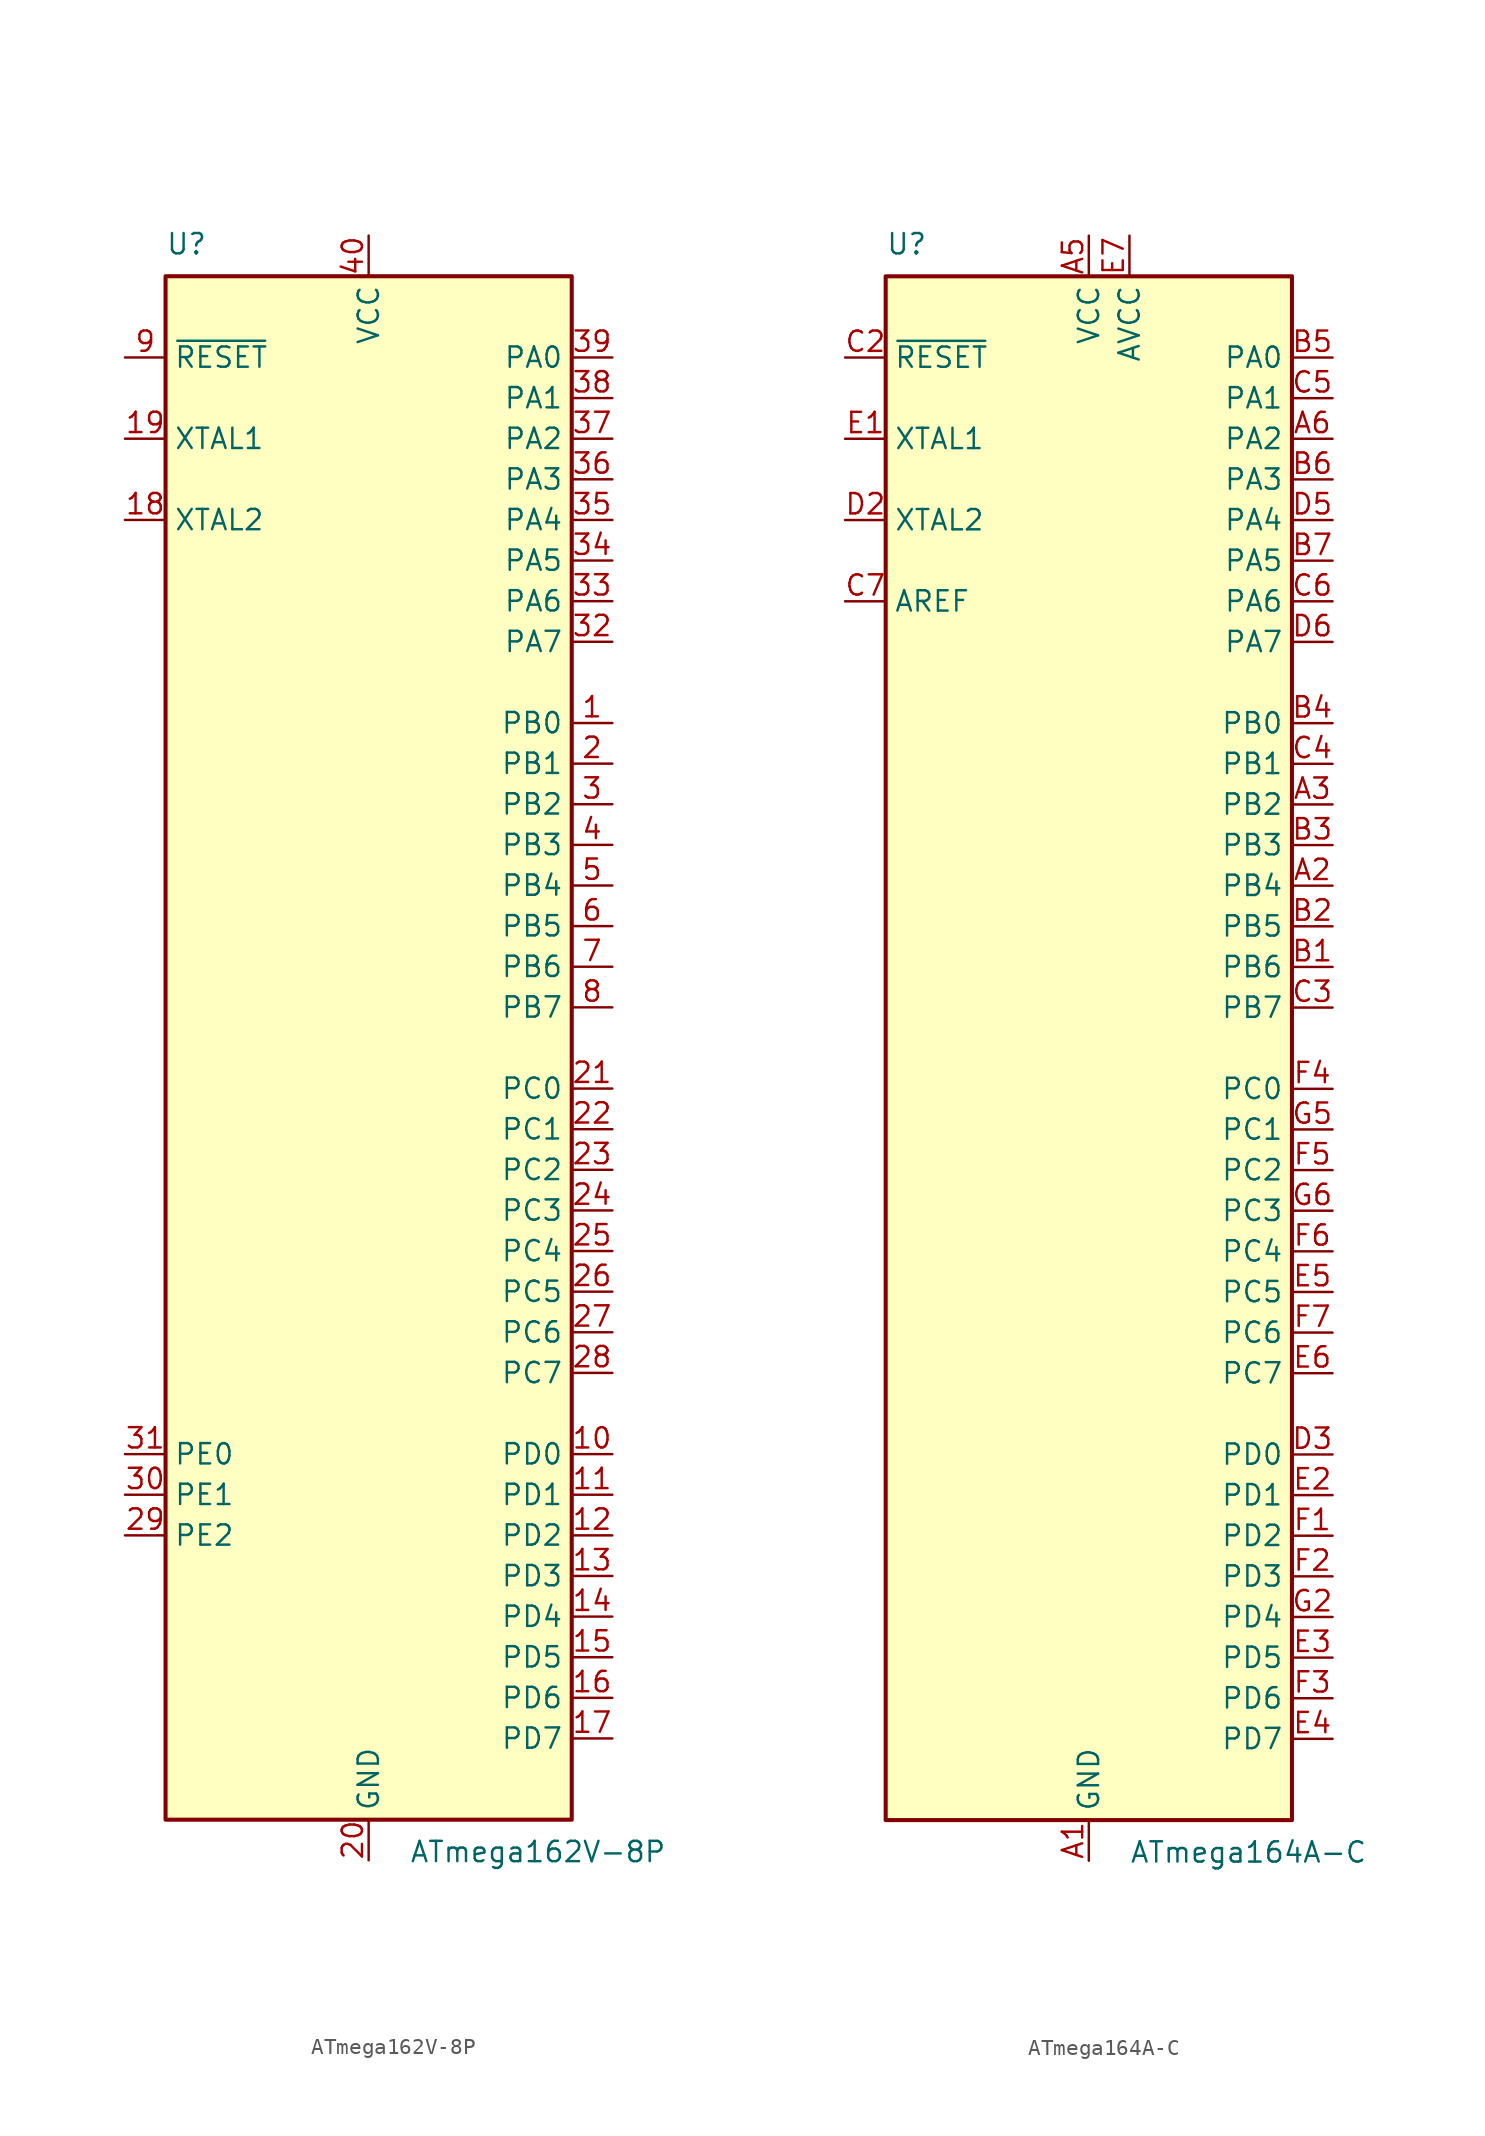
<source format=kicad_sym>
(kicad_symbol_lib
  (version 20241209)
  (generator "kicad_symbol_editor")
  (generator_version "9.0")
  (symbol "ATmega162V-8P"
    (property "Reference" "U"
      (at -12.7 49.53 0)
      (effects (font (size 1.27 1.27)) (justify left bottom)))
    (property "Value" "ATmega162V-8P"
      (at 2.54 -49.53 0)
      (effects (font (size 1.27 1.27)) (justify left top)))
    (symbol "ATmega162V-8P_0_1"
      (rectangle (start -12.7 -48.26) (end 12.7 48.26) (stroke (width 0.254) (type default)) (fill (type background))))
    (symbol "ATmega162V-8P_1_1"
      (pin input line (at -15.24 43.18 0) (length 2.54) (name "~{RESET}" (effects (font (size 1.27 1.27)))) (number "9" (effects (font (size 1.27 1.27)))))
      (pin input line (at -15.24 38.1 0) (length 2.54) (name "XTAL1" (effects (font (size 1.27 1.27)))) (number "19" (effects (font (size 1.27 1.27)))))
      (pin output line (at -15.24 33.02 0) (length 2.54) (name "XTAL2" (effects (font (size 1.27 1.27)))) (number "18" (effects (font (size 1.27 1.27)))))
      (pin bidirectional line (at -15.24 -25.4 0) (length 2.54) (name "PE0" (effects (font (size 1.27 1.27)))) (number "31" (effects (font (size 1.27 1.27)))))
      (pin bidirectional line (at -15.24 -27.94 0) (length 2.54) (name "PE1" (effects (font (size 1.27 1.27)))) (number "30" (effects (font (size 1.27 1.27)))))
      (pin bidirectional line (at -15.24 -30.48 0) (length 2.54) (name "PE2" (effects (font (size 1.27 1.27)))) (number "29" (effects (font (size 1.27 1.27)))))
      (pin power_in line (at 0 50.8 270) (length 2.54) (name "VCC" (effects (font (size 1.27 1.27)))) (number "40" (effects (font (size 1.27 1.27)))))
      (pin power_in line (at 0 -50.8 90) (length 2.54) (name "GND" (effects (font (size 1.27 1.27)))) (number "20" (effects (font (size 1.27 1.27)))))
      (pin bidirectional line (at 15.24 43.18 180) (length 2.54) (name "PA0" (effects (font (size 1.27 1.27)))) (number "39" (effects (font (size 1.27 1.27)))))
      (pin bidirectional line (at 15.24 40.64 180) (length 2.54) (name "PA1" (effects (font (size 1.27 1.27)))) (number "38" (effects (font (size 1.27 1.27)))))
      (pin bidirectional line (at 15.24 38.1 180) (length 2.54) (name "PA2" (effects (font (size 1.27 1.27)))) (number "37" (effects (font (size 1.27 1.27)))))
      (pin bidirectional line (at 15.24 35.56 180) (length 2.54) (name "PA3" (effects (font (size 1.27 1.27)))) (number "36" (effects (font (size 1.27 1.27)))))
      (pin bidirectional line (at 15.24 33.02 180) (length 2.54) (name "PA4" (effects (font (size 1.27 1.27)))) (number "35" (effects (font (size 1.27 1.27)))))
      (pin bidirectional line (at 15.24 30.48 180) (length 2.54) (name "PA5" (effects (font (size 1.27 1.27)))) (number "34" (effects (font (size 1.27 1.27)))))
      (pin bidirectional line (at 15.24 27.94 180) (length 2.54) (name "PA6" (effects (font (size 1.27 1.27)))) (number "33" (effects (font (size 1.27 1.27)))))
      (pin bidirectional line (at 15.24 25.4 180) (length 2.54) (name "PA7" (effects (font (size 1.27 1.27)))) (number "32" (effects (font (size 1.27 1.27)))))
      (pin bidirectional line (at 15.24 20.32 180) (length 2.54) (name "PB0" (effects (font (size 1.27 1.27)))) (number "1" (effects (font (size 1.27 1.27)))))
      (pin bidirectional line (at 15.24 17.78 180) (length 2.54) (name "PB1" (effects (font (size 1.27 1.27)))) (number "2" (effects (font (size 1.27 1.27)))))
      (pin bidirectional line (at 15.24 15.24 180) (length 2.54) (name "PB2" (effects (font (size 1.27 1.27)))) (number "3" (effects (font (size 1.27 1.27)))))
      (pin bidirectional line (at 15.24 12.7 180) (length 2.54) (name "PB3" (effects (font (size 1.27 1.27)))) (number "4" (effects (font (size 1.27 1.27)))))
      (pin bidirectional line (at 15.24 10.16 180) (length 2.54) (name "PB4" (effects (font (size 1.27 1.27)))) (number "5" (effects (font (size 1.27 1.27)))))
      (pin bidirectional line (at 15.24 7.62 180) (length 2.54) (name "PB5" (effects (font (size 1.27 1.27)))) (number "6" (effects (font (size 1.27 1.27)))))
      (pin bidirectional line (at 15.24 5.08 180) (length 2.54) (name "PB6" (effects (font (size 1.27 1.27)))) (number "7" (effects (font (size 1.27 1.27)))))
      (pin bidirectional line (at 15.24 2.54 180) (length 2.54) (name "PB7" (effects (font (size 1.27 1.27)))) (number "8" (effects (font (size 1.27 1.27)))))
      (pin bidirectional line (at 15.24 -2.54 180) (length 2.54) (name "PC0" (effects (font (size 1.27 1.27)))) (number "21" (effects (font (size 1.27 1.27)))))
      (pin bidirectional line (at 15.24 -5.08 180) (length 2.54) (name "PC1" (effects (font (size 1.27 1.27)))) (number "22" (effects (font (size 1.27 1.27)))))
      (pin bidirectional line (at 15.24 -7.62 180) (length 2.54) (name "PC2" (effects (font (size 1.27 1.27)))) (number "23" (effects (font (size 1.27 1.27)))))
      (pin bidirectional line (at 15.24 -10.16 180) (length 2.54) (name "PC3" (effects (font (size 1.27 1.27)))) (number "24" (effects (font (size 1.27 1.27)))))
      (pin bidirectional line (at 15.24 -12.7 180) (length 2.54) (name "PC4" (effects (font (size 1.27 1.27)))) (number "25" (effects (font (size 1.27 1.27)))))
      (pin bidirectional line (at 15.24 -15.24 180) (length 2.54) (name "PC5" (effects (font (size 1.27 1.27)))) (number "26" (effects (font (size 1.27 1.27)))))
      (pin bidirectional line (at 15.24 -17.78 180) (length 2.54) (name "PC6" (effects (font (size 1.27 1.27)))) (number "27" (effects (font (size 1.27 1.27)))))
      (pin bidirectional line (at 15.24 -20.32 180) (length 2.54) (name "PC7" (effects (font (size 1.27 1.27)))) (number "28" (effects (font (size 1.27 1.27)))))
      (pin bidirectional line (at 15.24 -25.4 180) (length 2.54) (name "PD0" (effects (font (size 1.27 1.27)))) (number "10" (effects (font (size 1.27 1.27)))))
      (pin bidirectional line (at 15.24 -27.94 180) (length 2.54) (name "PD1" (effects (font (size 1.27 1.27)))) (number "11" (effects (font (size 1.27 1.27)))))
      (pin bidirectional line (at 15.24 -30.48 180) (length 2.54) (name "PD2" (effects (font (size 1.27 1.27)))) (number "12" (effects (font (size 1.27 1.27)))))
      (pin bidirectional line (at 15.24 -33.02 180) (length 2.54) (name "PD3" (effects (font (size 1.27 1.27)))) (number "13" (effects (font (size 1.27 1.27)))))
      (pin bidirectional line (at 15.24 -35.56 180) (length 2.54) (name "PD4" (effects (font (size 1.27 1.27)))) (number "14" (effects (font (size 1.27 1.27)))))
      (pin bidirectional line (at 15.24 -38.1 180) (length 2.54) (name "PD5" (effects (font (size 1.27 1.27)))) (number "15" (effects (font (size 1.27 1.27)))))
      (pin bidirectional line (at 15.24 -40.64 180) (length 2.54) (name "PD6" (effects (font (size 1.27 1.27)))) (number "16" (effects (font (size 1.27 1.27)))))
      (pin bidirectional line (at 15.24 -43.18 180) (length 2.54) (name "PD7" (effects (font (size 1.27 1.27)))) (number "17" (effects (font (size 1.27 1.27)))))))
  (symbol "ATmega164A-C"
    (property "Reference" "U"
      (at -12.7 49.53 0)
      (effects (font (size 1.27 1.27)) (justify left bottom)))
    (property "Value" "ATmega164A-C"
      (at 2.54 -49.53 0)
      (effects (font (size 1.27 1.27)) (justify left top)))
    (symbol "ATmega164A-C_0_1"
      (rectangle (start -12.7 -48.26) (end 12.7 48.26) (stroke (width 0.254) (type default)) (fill (type background))))
    (symbol "ATmega164A-C_1_1"
      (pin input line (at -15.24 43.18 0) (length 2.54) (name "~{RESET}" (effects (font (size 1.27 1.27)))) (number "C2" (effects (font (size 1.27 1.27)))))
      (pin input line (at -15.24 38.1 0) (length 2.54) (name "XTAL1" (effects (font (size 1.27 1.27)))) (number "E1" (effects (font (size 1.27 1.27)))))
      (pin output line (at -15.24 33.02 0) (length 2.54) (name "XTAL2" (effects (font (size 1.27 1.27)))) (number "D2" (effects (font (size 1.27 1.27)))))
      (pin passive line (at -15.24 27.94 0) (length 2.54) (name "AREF" (effects (font (size 1.27 1.27)))) (number "C7" (effects (font (size 1.27 1.27)))))
      (pin power_in line (at 0 50.8 270) (length 2.54) (name "VCC" (effects (font (size 1.27 1.27)))) (number "A5" (effects (font (size 1.27 1.27)))))
      (pin passive line (at 0 50.8 270) (length 2.54) (hide yes) (name "VCC" (effects (font (size 1.27 1.27)))) (number "C1" (effects (font (size 1.27 1.27)))))
      (pin passive line (at 0 50.8 270) (length 2.54) (hide yes) (name "VCC" (effects (font (size 1.27 1.27)))) (number "G3" (effects (font (size 1.27 1.27)))))
      (pin power_in line (at 0 -50.8 90) (length 2.54) (name "GND" (effects (font (size 1.27 1.27)))) (number "A1" (effects (font (size 1.27 1.27)))))
      (pin passive line (at 0 -50.8 90) (length 2.54) (hide yes) (name "GND" (effects (font (size 1.27 1.27)))) (number "A4" (effects (font (size 1.27 1.27)))))
      (pin passive line (at 0 -50.8 90) (length 2.54) (hide yes) (name "GND" (effects (font (size 1.27 1.27)))) (number "A7" (effects (font (size 1.27 1.27)))))
      (pin passive line (at 0 -50.8 90) (length 2.54) (hide yes) (name "GND" (effects (font (size 1.27 1.27)))) (number "D1" (effects (font (size 1.27 1.27)))))
      (pin passive line (at 0 -50.8 90) (length 2.54) (hide yes) (name "GND" (effects (font (size 1.27 1.27)))) (number "D4" (effects (font (size 1.27 1.27)))))
      (pin passive line (at 0 -50.8 90) (length 2.54) (hide yes) (name "GND" (effects (font (size 1.27 1.27)))) (number "D7" (effects (font (size 1.27 1.27)))))
      (pin passive line (at 0 -50.8 90) (length 2.54) (hide yes) (name "GND" (effects (font (size 1.27 1.27)))) (number "G1" (effects (font (size 1.27 1.27)))))
      (pin passive line (at 0 -50.8 90) (length 2.54) (hide yes) (name "GND" (effects (font (size 1.27 1.27)))) (number "G4" (effects (font (size 1.27 1.27)))))
      (pin passive line (at 0 -50.8 90) (length 2.54) (hide yes) (name "GND" (effects (font (size 1.27 1.27)))) (number "G7" (effects (font (size 1.27 1.27)))))
      (pin power_in line (at 2.54 50.8 270) (length 2.54) (name "AVCC" (effects (font (size 1.27 1.27)))) (number "E7" (effects (font (size 1.27 1.27)))))
      (pin bidirectional line (at 15.24 43.18 180) (length 2.54) (name "PA0" (effects (font (size 1.27 1.27)))) (number "B5" (effects (font (size 1.27 1.27)))))
      (pin bidirectional line (at 15.24 40.64 180) (length 2.54) (name "PA1" (effects (font (size 1.27 1.27)))) (number "C5" (effects (font (size 1.27 1.27)))))
      (pin bidirectional line (at 15.24 38.1 180) (length 2.54) (name "PA2" (effects (font (size 1.27 1.27)))) (number "A6" (effects (font (size 1.27 1.27)))))
      (pin bidirectional line (at 15.24 35.56 180) (length 2.54) (name "PA3" (effects (font (size 1.27 1.27)))) (number "B6" (effects (font (size 1.27 1.27)))))
      (pin bidirectional line (at 15.24 33.02 180) (length 2.54) (name "PA4" (effects (font (size 1.27 1.27)))) (number "D5" (effects (font (size 1.27 1.27)))))
      (pin bidirectional line (at 15.24 30.48 180) (length 2.54) (name "PA5" (effects (font (size 1.27 1.27)))) (number "B7" (effects (font (size 1.27 1.27)))))
      (pin bidirectional line (at 15.24 27.94 180) (length 2.54) (name "PA6" (effects (font (size 1.27 1.27)))) (number "C6" (effects (font (size 1.27 1.27)))))
      (pin bidirectional line (at 15.24 25.4 180) (length 2.54) (name "PA7" (effects (font (size 1.27 1.27)))) (number "D6" (effects (font (size 1.27 1.27)))))
      (pin bidirectional line (at 15.24 20.32 180) (length 2.54) (name "PB0" (effects (font (size 1.27 1.27)))) (number "B4" (effects (font (size 1.27 1.27)))))
      (pin bidirectional line (at 15.24 17.78 180) (length 2.54) (name "PB1" (effects (font (size 1.27 1.27)))) (number "C4" (effects (font (size 1.27 1.27)))))
      (pin bidirectional line (at 15.24 15.24 180) (length 2.54) (name "PB2" (effects (font (size 1.27 1.27)))) (number "A3" (effects (font (size 1.27 1.27)))))
      (pin bidirectional line (at 15.24 12.7 180) (length 2.54) (name "PB3" (effects (font (size 1.27 1.27)))) (number "B3" (effects (font (size 1.27 1.27)))))
      (pin bidirectional line (at 15.24 10.16 180) (length 2.54) (name "PB4" (effects (font (size 1.27 1.27)))) (number "A2" (effects (font (size 1.27 1.27)))))
      (pin bidirectional line (at 15.24 7.62 180) (length 2.54) (name "PB5" (effects (font (size 1.27 1.27)))) (number "B2" (effects (font (size 1.27 1.27)))))
      (pin bidirectional line (at 15.24 5.08 180) (length 2.54) (name "PB6" (effects (font (size 1.27 1.27)))) (number "B1" (effects (font (size 1.27 1.27)))))
      (pin bidirectional line (at 15.24 2.54 180) (length 2.54) (name "PB7" (effects (font (size 1.27 1.27)))) (number "C3" (effects (font (size 1.27 1.27)))))
      (pin bidirectional line (at 15.24 -2.54 180) (length 2.54) (name "PC0" (effects (font (size 1.27 1.27)))) (number "F4" (effects (font (size 1.27 1.27)))))
      (pin bidirectional line (at 15.24 -5.08 180) (length 2.54) (name "PC1" (effects (font (size 1.27 1.27)))) (number "G5" (effects (font (size 1.27 1.27)))))
      (pin bidirectional line (at 15.24 -7.62 180) (length 2.54) (name "PC2" (effects (font (size 1.27 1.27)))) (number "F5" (effects (font (size 1.27 1.27)))))
      (pin bidirectional line (at 15.24 -10.16 180) (length 2.54) (name "PC3" (effects (font (size 1.27 1.27)))) (number "G6" (effects (font (size 1.27 1.27)))))
      (pin bidirectional line (at 15.24 -12.7 180) (length 2.54) (name "PC4" (effects (font (size 1.27 1.27)))) (number "F6" (effects (font (size 1.27 1.27)))))
      (pin bidirectional line (at 15.24 -15.24 180) (length 2.54) (name "PC5" (effects (font (size 1.27 1.27)))) (number "E5" (effects (font (size 1.27 1.27)))))
      (pin bidirectional line (at 15.24 -17.78 180) (length 2.54) (name "PC6" (effects (font (size 1.27 1.27)))) (number "F7" (effects (font (size 1.27 1.27)))))
      (pin bidirectional line (at 15.24 -20.32 180) (length 2.54) (name "PC7" (effects (font (size 1.27 1.27)))) (number "E6" (effects (font (size 1.27 1.27)))))
      (pin bidirectional line (at 15.24 -25.4 180) (length 2.54) (name "PD0" (effects (font (size 1.27 1.27)))) (number "D3" (effects (font (size 1.27 1.27)))))
      (pin bidirectional line (at 15.24 -27.94 180) (length 2.54) (name "PD1" (effects (font (size 1.27 1.27)))) (number "E2" (effects (font (size 1.27 1.27)))))
      (pin bidirectional line (at 15.24 -30.48 180) (length 2.54) (name "PD2" (effects (font (size 1.27 1.27)))) (number "F1" (effects (font (size 1.27 1.27)))))
      (pin bidirectional line (at 15.24 -33.02 180) (length 2.54) (name "PD3" (effects (font (size 1.27 1.27)))) (number "F2" (effects (font (size 1.27 1.27)))))
      (pin bidirectional line (at 15.24 -35.56 180) (length 2.54) (name "PD4" (effects (font (size 1.27 1.27)))) (number "G2" (effects (font (size 1.27 1.27)))))
      (pin bidirectional line (at 15.24 -38.1 180) (length 2.54) (name "PD5" (effects (font (size 1.27 1.27)))) (number "E3" (effects (font (size 1.27 1.27)))))
      (pin bidirectional line (at 15.24 -40.64 180) (length 2.54) (name "PD6" (effects (font (size 1.27 1.27)))) (number "F3" (effects (font (size 1.27 1.27)))))
      (pin bidirectional line (at 15.24 -43.18 180) (length 2.54) (name "PD7" (effects (font (size 1.27 1.27)))) (number "E4" (effects (font (size 1.27 1.27))))))))
</source>
